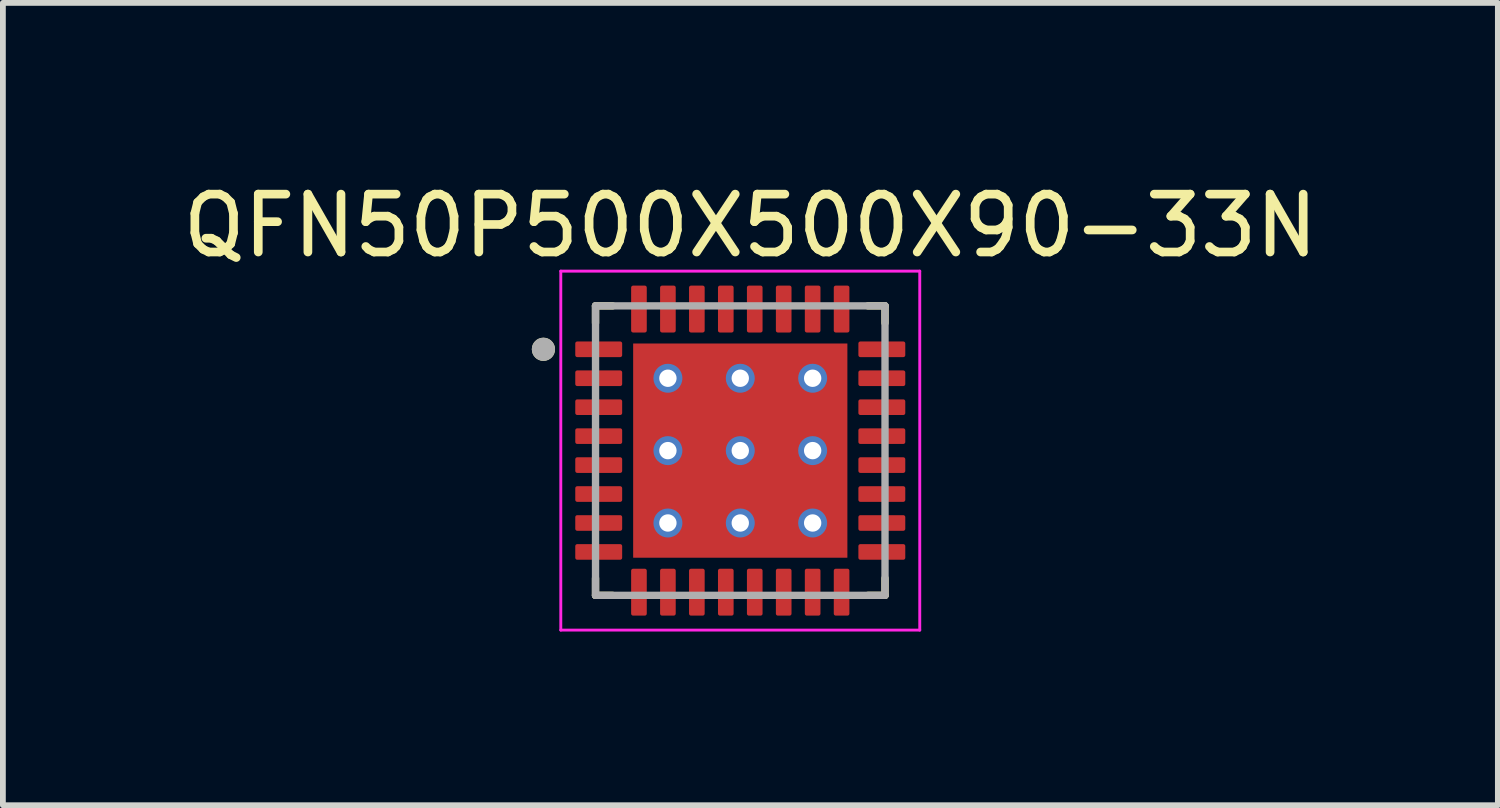
<source format=kicad_pcb>
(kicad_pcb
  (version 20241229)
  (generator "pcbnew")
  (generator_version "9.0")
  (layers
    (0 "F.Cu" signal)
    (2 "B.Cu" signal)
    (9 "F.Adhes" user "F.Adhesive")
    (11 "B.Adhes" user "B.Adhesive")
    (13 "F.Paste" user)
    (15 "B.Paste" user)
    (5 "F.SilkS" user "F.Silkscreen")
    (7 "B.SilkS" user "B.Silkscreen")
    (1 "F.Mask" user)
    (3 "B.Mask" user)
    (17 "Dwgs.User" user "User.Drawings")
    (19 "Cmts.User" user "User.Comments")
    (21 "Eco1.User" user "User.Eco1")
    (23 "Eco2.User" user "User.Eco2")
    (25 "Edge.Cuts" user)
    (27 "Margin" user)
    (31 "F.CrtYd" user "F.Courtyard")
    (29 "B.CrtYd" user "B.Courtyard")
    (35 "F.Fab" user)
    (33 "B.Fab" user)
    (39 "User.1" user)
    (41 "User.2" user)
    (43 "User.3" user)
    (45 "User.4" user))
  (footprint "QFN50P500X500X90-33N"
    (layer "F.Cu")
    (at 9.736 4.733)
    (property "Reference" "QFN50P500X500X90-33N" (at 0.175 -3.885 0) (layer "F.SilkS") (effects (font (size 1 1) (thickness 0.15))))
    (attr smd)
    (fp_line (start -2.5 -2.5) (end -2.5 -2.205) (stroke (width 0.127) (type solid)) (layer "F.SilkS"))
    (fp_line (start -2.5 2.205) (end -2.5 2.5) (stroke (width 0.127) (type solid)) (layer "F.SilkS"))
    (fp_line (start -2.5 2.5) (end -2.205 2.5) (stroke (width 0.127) (type solid)) (layer "F.SilkS"))
    (fp_line (start -2.205 -2.5) (end -2.5 -2.5) (stroke (width 0.127) (type solid)) (layer "F.SilkS"))
    (fp_line (start 2.205 2.5) (end 2.5 2.5) (stroke (width 0.127) (type solid)) (layer "F.SilkS"))
    (fp_line (start 2.5 -2.5) (end 2.205 -2.5) (stroke (width 0.127) (type solid)) (layer "F.SilkS"))
    (fp_line (start 2.5 -2.205) (end 2.5 -2.5) (stroke (width 0.127) (type solid)) (layer "F.SilkS"))
    (fp_line (start 2.5 2.5) (end 2.5 2.205) (stroke (width 0.127) (type solid)) (layer "F.SilkS"))
    (fp_circle (center -3.4 -1.75) (end -3.3 -1.75) (stroke (width 0.2) (type solid)) (fill no) (layer "F.SilkS"))
    (fp_poly (pts (xy -1.17 -1.17) (xy 1.17 -1.17) (xy 1.17 1.17) (xy -1.17 1.17)) (stroke (width 0.01) (type solid)) (fill yes) (layer "F.Paste"))
    (fp_line (start -3.1 -3.1) (end 3.1 -3.1) (stroke (width 0.05) (type solid)) (layer "F.CrtYd"))
    (fp_line (start -3.1 3.1) (end -3.1 -3.1) (stroke (width 0.05) (type solid)) (layer "F.CrtYd"))
    (fp_line (start 3.1 -3.1) (end 3.1 3.1) (stroke (width 0.05) (type solid)) (layer "F.CrtYd"))
    (fp_line (start 3.1 3.1) (end -3.1 3.1) (stroke (width 0.05) (type solid)) (layer "F.CrtYd"))
    (fp_line (start -2.5 -2.5) (end 2.5 -2.5) (stroke (width 0.127) (type solid)) (layer "F.Fab"))
    (fp_line (start -2.5 2.5) (end -2.5 -2.5) (stroke (width 0.127) (type solid)) (layer "F.Fab"))
    (fp_line (start 2.5 -2.5) (end 2.5 2.5) (stroke (width 0.127) (type solid)) (layer "F.Fab"))
    (fp_line (start 2.5 2.5) (end -2.5 2.5) (stroke (width 0.127) (type solid)) (layer "F.Fab"))
    (fp_circle (center -3.4 -1.75) (end -3.3 -1.75) (stroke (width 0.2) (type solid)) (fill no) (layer "F.Fab"))
    (pad "1" smd roundrect (at -2.445 -1.75) (size 0.81 0.27) (layers "F.Cu" "F.Mask" "F.Paste") (roundrect_rratio 0.125))
    (pad "2" smd roundrect (at -2.445 -1.25) (size 0.81 0.27) (layers "F.Cu" "F.Mask" "F.Paste") (roundrect_rratio 0.125))
    (pad "3" smd roundrect (at -2.445 -0.75) (size 0.81 0.27) (layers "F.Cu" "F.Mask" "F.Paste") (roundrect_rratio 0.125))
    (pad "4" smd roundrect (at -2.445 -0.25) (size 0.81 0.27) (layers "F.Cu" "F.Mask" "F.Paste") (roundrect_rratio 0.125))
    (pad "5" smd roundrect (at -2.445 0.25) (size 0.81 0.27) (layers "F.Cu" "F.Mask" "F.Paste") (roundrect_rratio 0.125))
    (pad "6" smd roundrect (at -2.445 0.75) (size 0.81 0.27) (layers "F.Cu" "F.Mask" "F.Paste") (roundrect_rratio 0.125))
    (pad "7" smd roundrect (at -2.445 1.25) (size 0.81 0.27) (layers "F.Cu" "F.Mask" "F.Paste") (roundrect_rratio 0.125))
    (pad "8" smd roundrect (at -2.445 1.75) (size 0.81 0.27) (layers "F.Cu" "F.Mask" "F.Paste") (roundrect_rratio 0.125))
    (pad "9" smd roundrect (at -1.75 2.445) (size 0.27 0.81) (layers "F.Cu" "F.Mask" "F.Paste") (roundrect_rratio 0.125))
    (pad "10" smd roundrect (at -1.25 2.445) (size 0.27 0.81) (layers "F.Cu" "F.Mask" "F.Paste") (roundrect_rratio 0.125))
    (pad "11" smd roundrect (at -0.75 2.445) (size 0.27 0.81) (layers "F.Cu" "F.Mask" "F.Paste") (roundrect_rratio 0.125))
    (pad "12" smd roundrect (at -0.25 2.445) (size 0.27 0.81) (layers "F.Cu" "F.Mask" "F.Paste") (roundrect_rratio 0.125))
    (pad "13" smd roundrect (at 0.25 2.445) (size 0.27 0.81) (layers "F.Cu" "F.Mask" "F.Paste") (roundrect_rratio 0.125))
    (pad "14" smd roundrect (at 0.75 2.445) (size 0.27 0.81) (layers "F.Cu" "F.Mask" "F.Paste") (roundrect_rratio 0.125))
    (pad "15" smd roundrect (at 1.25 2.445) (size 0.27 0.81) (layers "F.Cu" "F.Mask" "F.Paste") (roundrect_rratio 0.125))
    (pad "16" smd roundrect (at 1.75 2.445) (size 0.27 0.81) (layers "F.Cu" "F.Mask" "F.Paste") (roundrect_rratio 0.125))
    (pad "17" smd roundrect (at 2.445 1.75) (size 0.81 0.27) (layers "F.Cu" "F.Mask" "F.Paste") (roundrect_rratio 0.125))
    (pad "18" smd roundrect (at 2.445 1.25) (size 0.81 0.27) (layers "F.Cu" "F.Mask" "F.Paste") (roundrect_rratio 0.125))
    (pad "19" smd roundrect (at 2.445 0.75) (size 0.81 0.27) (layers "F.Cu" "F.Mask" "F.Paste") (roundrect_rratio 0.125))
    (pad "20" smd roundrect (at 2.445 0.25) (size 0.81 0.27) (layers "F.Cu" "F.Mask" "F.Paste") (roundrect_rratio 0.125))
    (pad "21" smd roundrect (at 2.445 -0.25) (size 0.81 0.27) (layers "F.Cu" "F.Mask" "F.Paste") (roundrect_rratio 0.125))
    (pad "22" smd roundrect (at 2.445 -0.75) (size 0.81 0.27) (layers "F.Cu" "F.Mask" "F.Paste") (roundrect_rratio 0.125))
    (pad "23" smd roundrect (at 2.445 -1.25) (size 0.81 0.27) (layers "F.Cu" "F.Mask" "F.Paste") (roundrect_rratio 0.125))
    (pad "24" smd roundrect (at 2.445 -1.75) (size 0.81 0.27) (layers "F.Cu" "F.Mask" "F.Paste") (roundrect_rratio 0.125))
    (pad "25" smd roundrect (at 1.75 -2.445) (size 0.27 0.81) (layers "F.Cu" "F.Mask" "F.Paste") (roundrect_rratio 0.125))
    (pad "26" smd roundrect (at 1.25 -2.445) (size 0.27 0.81) (layers "F.Cu" "F.Mask" "F.Paste") (roundrect_rratio 0.125))
    (pad "27" smd roundrect (at 0.75 -2.445) (size 0.27 0.81) (layers "F.Cu" "F.Mask" "F.Paste") (roundrect_rratio 0.125))
    (pad "28" smd roundrect (at 0.25 -2.445) (size 0.27 0.81) (layers "F.Cu" "F.Mask" "F.Paste") (roundrect_rratio 0.125))
    (pad "29" smd roundrect (at -0.25 -2.445) (size 0.27 0.81) (layers "F.Cu" "F.Mask" "F.Paste") (roundrect_rratio 0.125))
    (pad "30" smd roundrect (at -0.75 -2.445) (size 0.27 0.81) (layers "F.Cu" "F.Mask" "F.Paste") (roundrect_rratio 0.125))
    (pad "31" smd roundrect (at -1.25 -2.445) (size 0.27 0.81) (layers "F.Cu" "F.Mask" "F.Paste") (roundrect_rratio 0.125))
    (pad "32" smd roundrect (at -1.75 -2.445) (size 0.27 0.81) (layers "F.Cu" "F.Mask" "F.Paste") (roundrect_rratio 0.125))
    (pad "33" thru_hole circle (at -1.25 -1.25) (size 0.5 0.5) (drill 0.3) (layers "*.Cu"))
    (pad "33" thru_hole circle (at -1.25 0) (size 0.5 0.5) (drill 0.3) (layers "*.Cu"))
    (pad "33" thru_hole circle (at -1.25 1.25) (size 0.5 0.5) (drill 0.3) (layers "*.Cu"))
    (pad "33" thru_hole circle (at 0 -1.25) (size 0.5 0.5) (drill 0.3) (layers "*.Cu"))
    (pad "33" thru_hole circle (at 0 0) (size 0.5 0.5) (drill 0.3) (layers "*.Cu"))
    (pad "33" smd rect (at 0 0) (size 3.7 3.7) (layers "F.Cu" "F.Mask" "F.Paste"))
    (pad "33" thru_hole circle (at 0 1.25) (size 0.5 0.5) (drill 0.3) (layers "*.Cu"))
    (pad "33" thru_hole circle (at 1.25 -1.25) (size 0.5 0.5) (drill 0.3) (layers "*.Cu"))
    (pad "33" thru_hole circle (at 1.25 0) (size 0.5 0.5) (drill 0.3) (layers "*.Cu"))
    (pad "33" thru_hole circle (at 1.25 1.25) (size 0.5 0.5) (drill 0.3) (layers "*.Cu")))
  (gr_rect
    (start -3 -3)
    (end 22.821 10.858)
    (stroke (width 0.1) (type default))
    (fill no)
    (layer "Edge.Cuts")))
</source>
